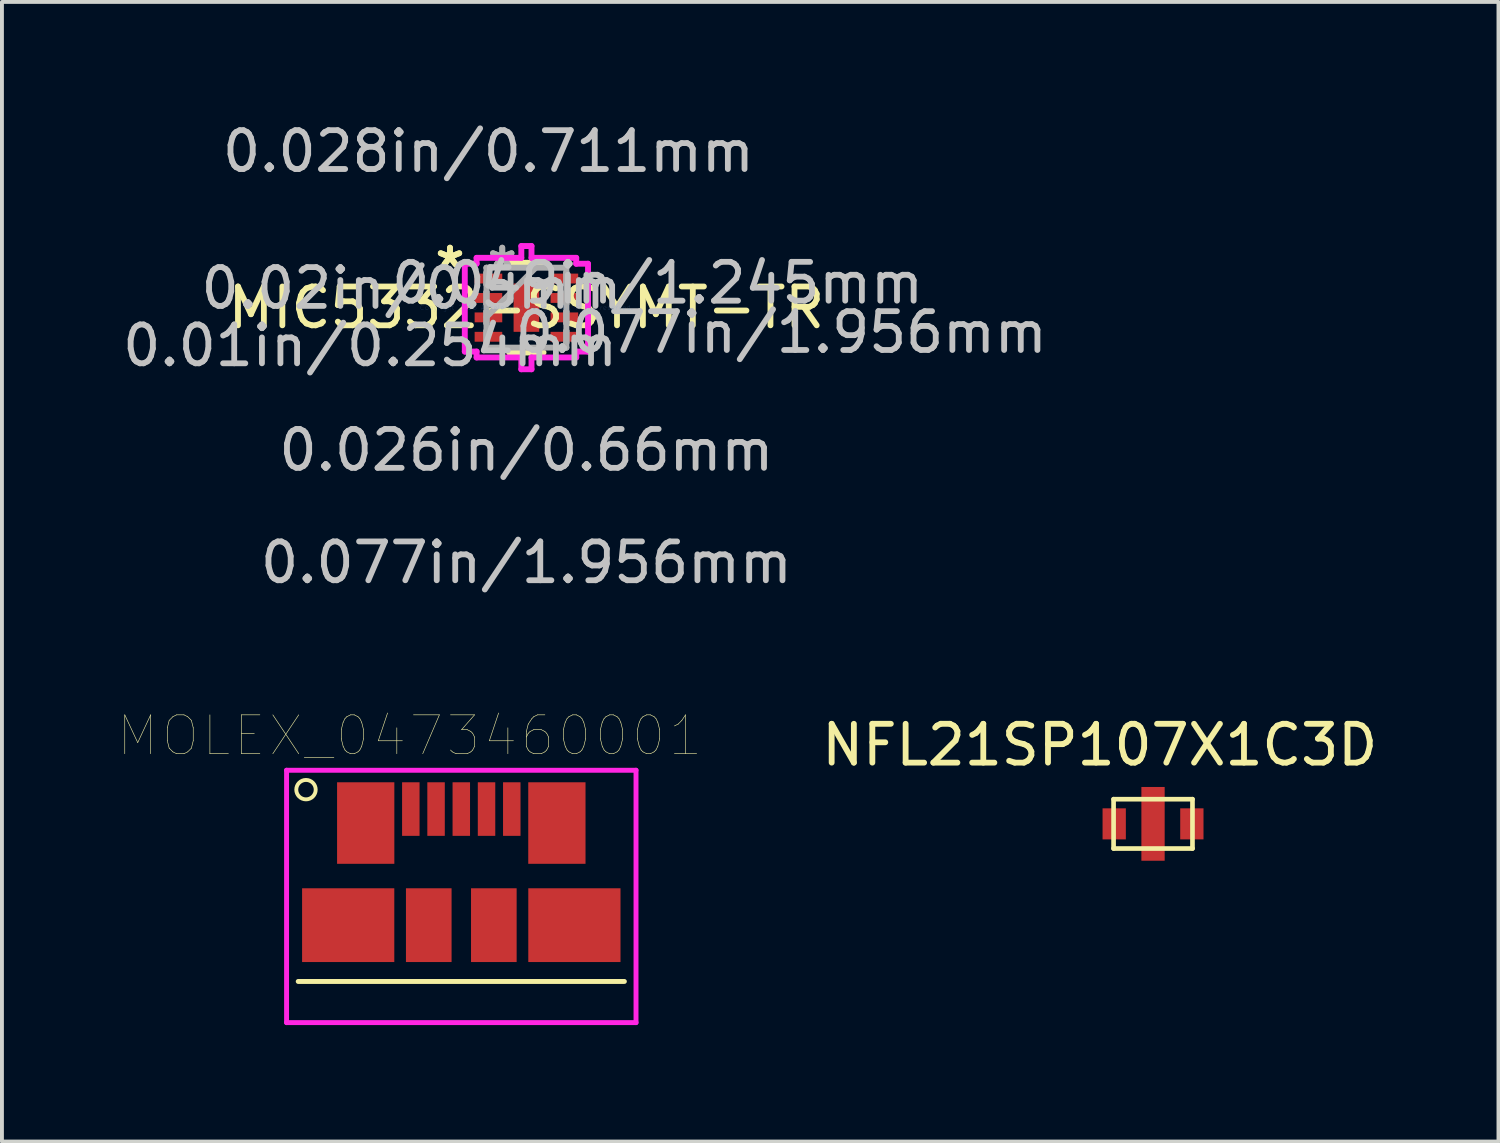
<source format=kicad_pcb>
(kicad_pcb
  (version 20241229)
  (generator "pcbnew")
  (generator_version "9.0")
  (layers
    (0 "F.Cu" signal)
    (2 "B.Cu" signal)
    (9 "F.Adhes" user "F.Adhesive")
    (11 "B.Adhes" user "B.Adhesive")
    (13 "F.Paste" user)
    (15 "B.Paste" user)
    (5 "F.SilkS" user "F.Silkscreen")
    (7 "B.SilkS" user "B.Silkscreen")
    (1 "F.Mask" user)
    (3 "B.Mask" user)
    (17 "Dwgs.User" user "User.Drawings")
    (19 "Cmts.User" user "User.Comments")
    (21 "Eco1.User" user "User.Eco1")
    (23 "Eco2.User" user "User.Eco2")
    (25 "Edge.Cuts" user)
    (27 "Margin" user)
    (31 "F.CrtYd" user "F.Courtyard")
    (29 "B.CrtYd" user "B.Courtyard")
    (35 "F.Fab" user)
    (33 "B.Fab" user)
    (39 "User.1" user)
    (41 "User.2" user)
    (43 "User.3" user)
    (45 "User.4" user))
  (footprint "MOLEX_0473460001"
    (layer "F.Cu")
    (at 8.831 17.788)
    (property "Reference" "MOLEX_0473460001" (at -1.327 -1.888 0) (layer "F.SilkS") (effects (font (size 1.001 1.001) (thickness 0.015))))
    (attr through_hole)
    (fp_line (start -4.2 4.44) (end 4.2 4.44) (stroke (width 0.127) (type solid)) (layer "F.SilkS"))
    (fp_circle (center -4 -0.5) (end -3.75 -0.5) (stroke (width 0.1) (type solid)) (fill no) (layer "F.SilkS"))
    (fp_line (start -4.5 -1) (end -4.5 5.5) (stroke (width 0.127) (type solid)) (layer "F.CrtYd"))
    (fp_line (start -4.5 5.5) (end 4.5 5.5) (stroke (width 0.127) (type solid)) (layer "F.CrtYd"))
    (fp_line (start 4.5 -1) (end -4.5 -1) (stroke (width 0.127) (type solid)) (layer "F.CrtYd"))
    (fp_line (start 4.5 5.5) (end 4.5 -1) (stroke (width 0.127) (type solid)) (layer "F.CrtYd"))
    (pad "1" smd rect (at -1.3 0) (size 0.45 1.38) (layers "F.Cu" "F.Mask" "F.Paste"))
    (pad "2" smd rect (at -0.65 0) (size 0.45 1.38) (layers "F.Cu" "F.Mask" "F.Paste"))
    (pad "3" smd rect (at 0 0) (size 0.45 1.38) (layers "F.Cu" "F.Mask" "F.Paste"))
    (pad "4" smd rect (at 0.65 0) (size 0.45 1.38) (layers "F.Cu" "F.Mask" "F.Paste"))
    (pad "5" smd rect (at 1.3 0) (size 0.45 1.38) (layers "F.Cu" "F.Mask" "F.Paste"))
    (pad "P1" smd rect (at -2.462 0.36) (size 1.475 2.1) (layers "F.Cu" "F.Mask" "F.Paste"))
    (pad "P2" smd rect (at 2.462 0.36) (size 1.475 2.1) (layers "F.Cu" "F.Mask" "F.Paste"))
    (pad "P3" smd rect (at -2.913 2.99) (size 2.375 1.9) (layers "F.Cu" "F.Mask" "F.Paste"))
    (pad "P4" smd rect (at -0.838 2.99) (size 1.175 1.9) (layers "F.Cu" "F.Mask" "F.Paste"))
    (pad "P5" smd rect (at 0.838 2.99) (size 1.175 1.9) (layers "F.Cu" "F.Mask" "F.Paste"))
    (pad "P6" smd rect (at 2.913 2.99) (size 2.375 1.9) (layers "F.Cu" "F.Mask" "F.Paste")))
  (footprint "NFL21SP107X1C3D"
    (layer "F.Cu")
    (at 26.647 18.169)
    (property "Reference" "NFL21SP107X1C3D" (at -1.372 -2.032 0) (layer "F.SilkS") (effects (font (size 1 1) (thickness 0.15))))
    (attr through_hole)
    (fp_line (start -1.016 -0.635) (end 1.016 -0.635) (stroke (width 0.12) (type solid)) (layer "F.SilkS"))
    (fp_line (start -1.016 0.635) (end -1.016 -0.635) (stroke (width 0.12) (type solid)) (layer "F.SilkS"))
    (fp_line (start 1.016 -0.635) (end 1.016 0.635) (stroke (width 0.12) (type solid)) (layer "F.SilkS"))
    (fp_line (start 1.016 0.635) (end -1.016 0.635) (stroke (width 0.12) (type solid)) (layer "F.SilkS"))
    (pad "1" smd rect (at -1 0) (size 0.6 0.8) (layers "F.Cu" "F.Mask" "F.Paste"))
    (pad "2" smd rect (at 0 0) (size 0.6 1.9) (layers "F.Cu" "F.Mask" "F.Paste"))
    (pad "3" smd rect (at 1 0) (size 0.6 0.8) (layers "F.Cu" "F.Mask" "F.Paste")))
  (footprint "MIC5332-SSYMT-TR"
    (layer "F.Cu")
    (at 10.508 4.874)
    (property "Reference" "MIC5332-SSYMT-TR" (at 0 0 0) (layer "F.SilkS") (effects (font (size 1 1) (thickness 0.15))))
    (attr through_hole)
    (fp_line (start -0.441 1.156) (end 0.441 1.156) (stroke (width 0.152) (type solid)) (layer "F.SilkS"))
    (fp_line (start 0.441 -1.156) (end -0.441 -1.156) (stroke (width 0.152) (type solid)) (layer "F.SilkS"))
    (fp_line (start -1.587 -1.131) (end -1.283 -1.131) (stroke (width 0.152) (type solid)) (layer "F.CrtYd"))
    (fp_line (start -1.587 1.131) (end -1.587 -1.131) (stroke (width 0.152) (type solid)) (layer "F.CrtYd"))
    (fp_line (start -1.283 -1.283) (end -0.131 -1.283) (stroke (width 0.152) (type solid)) (layer "F.CrtYd"))
    (fp_line (start -1.283 -1.131) (end -1.283 -1.283) (stroke (width 0.152) (type solid)) (layer "F.CrtYd"))
    (fp_line (start -1.283 1.131) (end -1.587 1.131) (stroke (width 0.152) (type solid)) (layer "F.CrtYd"))
    (fp_line (start -1.283 1.283) (end -1.283 1.131) (stroke (width 0.152) (type solid)) (layer "F.CrtYd"))
    (fp_line (start -0.131 -1.587) (end 0.131 -1.587) (stroke (width 0.152) (type solid)) (layer "F.CrtYd"))
    (fp_line (start -0.131 -1.283) (end -0.131 -1.587) (stroke (width 0.152) (type solid)) (layer "F.CrtYd"))
    (fp_line (start -0.131 1.283) (end -1.283 1.283) (stroke (width 0.152) (type solid)) (layer "F.CrtYd"))
    (fp_line (start -0.131 1.587) (end -0.131 1.283) (stroke (width 0.152) (type solid)) (layer "F.CrtYd"))
    (fp_line (start 0.131 -1.587) (end 0.131 -1.283) (stroke (width 0.152) (type solid)) (layer "F.CrtYd"))
    (fp_line (start 0.131 -1.283) (end 1.283 -1.283) (stroke (width 0.152) (type solid)) (layer "F.CrtYd"))
    (fp_line (start 0.131 1.283) (end 0.131 1.587) (stroke (width 0.152) (type solid)) (layer "F.CrtYd"))
    (fp_line (start 0.131 1.587) (end -0.131 1.587) (stroke (width 0.152) (type solid)) (layer "F.CrtYd"))
    (fp_line (start 1.283 -1.283) (end 1.283 -1.131) (stroke (width 0.152) (type solid)) (layer "F.CrtYd"))
    (fp_line (start 1.283 -1.131) (end 1.587 -1.131) (stroke (width 0.152) (type solid)) (layer "F.CrtYd"))
    (fp_line (start 1.283 1.131) (end 1.283 1.283) (stroke (width 0.152) (type solid)) (layer "F.CrtYd"))
    (fp_line (start 1.283 1.283) (end 0.131 1.283) (stroke (width 0.152) (type solid)) (layer "F.CrtYd"))
    (fp_line (start 1.587 -1.131) (end 1.587 1.131) (stroke (width 0.152) (type solid)) (layer "F.CrtYd"))
    (fp_line (start 1.587 1.131) (end 1.283 1.131) (stroke (width 0.152) (type solid)) (layer "F.CrtYd"))
    (fp_line (start -1.029 -1.029) (end -1.029 -1.029) (stroke (width 0.152) (type solid)) (layer "F.Fab"))
    (fp_line (start -1.029 -1.029) (end -1.029 1.029) (stroke (width 0.152) (type solid)) (layer "F.Fab"))
    (fp_line (start -1.029 -0.902) (end -1.029 -0.902) (stroke (width 0.152) (type solid)) (layer "F.Fab"))
    (fp_line (start -1.029 -0.902) (end -1.029 -0.598) (stroke (width 0.152) (type solid)) (layer "F.Fab"))
    (fp_line (start -1.029 -0.598) (end -1.029 -0.902) (stroke (width 0.152) (type solid)) (layer "F.Fab"))
    (fp_line (start -1.029 -0.598) (end -1.029 -0.598) (stroke (width 0.152) (type solid)) (layer "F.Fab"))
    (fp_line (start -1.029 -0.402) (end -1.029 -0.402) (stroke (width 0.152) (type solid)) (layer "F.Fab"))
    (fp_line (start -1.029 -0.402) (end -1.029 -0.098) (stroke (width 0.152) (type solid)) (layer "F.Fab"))
    (fp_line (start -1.029 -0.098) (end -1.029 -0.402) (stroke (width 0.152) (type solid)) (layer "F.Fab"))
    (fp_line (start -1.029 -0.098) (end -1.029 -0.098) (stroke (width 0.152) (type solid)) (layer "F.Fab"))
    (fp_line (start -1.029 0.098) (end -1.029 0.098) (stroke (width 0.152) (type solid)) (layer "F.Fab"))
    (fp_line (start -1.029 0.098) (end -1.029 0.402) (stroke (width 0.152) (type solid)) (layer "F.Fab"))
    (fp_line (start -1.029 0.241) (end 0.241 -1.029) (stroke (width 0.152) (type solid)) (layer "F.Fab"))
    (fp_line (start -1.029 0.402) (end -1.029 0.098) (stroke (width 0.152) (type solid)) (layer "F.Fab"))
    (fp_line (start -1.029 0.402) (end -1.029 0.402) (stroke (width 0.152) (type solid)) (layer "F.Fab"))
    (fp_line (start -1.029 0.598) (end -1.029 0.598) (stroke (width 0.152) (type solid)) (layer "F.Fab"))
    (fp_line (start -1.029 0.598) (end -1.029 0.902) (stroke (width 0.152) (type solid)) (layer "F.Fab"))
    (fp_line (start -1.029 0.902) (end -1.029 0.598) (stroke (width 0.152) (type solid)) (layer "F.Fab"))
    (fp_line (start -1.029 0.902) (end -1.029 0.902) (stroke (width 0.152) (type solid)) (layer "F.Fab"))
    (fp_line (start -1.029 1.029) (end -1.029 1.029) (stroke (width 0.152) (type solid)) (layer "F.Fab"))
    (fp_line (start -1.029 1.029) (end 1.029 1.029) (stroke (width 0.152) (type solid)) (layer "F.Fab"))
    (fp_line (start 1.029 -1.029) (end -1.029 -1.029) (stroke (width 0.152) (type solid)) (layer "F.Fab"))
    (fp_line (start 1.029 -1.029) (end 1.029 -1.029) (stroke (width 0.152) (type solid)) (layer "F.Fab"))
    (fp_line (start 1.029 -0.902) (end 1.029 -0.902) (stroke (width 0.152) (type solid)) (layer "F.Fab"))
    (fp_line (start 1.029 -0.902) (end 1.029 -0.598) (stroke (width 0.152) (type solid)) (layer "F.Fab"))
    (fp_line (start 1.029 -0.598) (end 1.029 -0.902) (stroke (width 0.152) (type solid)) (layer "F.Fab"))
    (fp_line (start 1.029 -0.598) (end 1.029 -0.598) (stroke (width 0.152) (type solid)) (layer "F.Fab"))
    (fp_line (start 1.029 -0.402) (end 1.029 -0.402) (stroke (width 0.152) (type solid)) (layer "F.Fab"))
    (fp_line (start 1.029 -0.402) (end 1.029 -0.098) (stroke (width 0.152) (type solid)) (layer "F.Fab"))
    (fp_line (start 1.029 -0.098) (end 1.029 -0.402) (stroke (width 0.152) (type solid)) (layer "F.Fab"))
    (fp_line (start 1.029 -0.098) (end 1.029 -0.098) (stroke (width 0.152) (type solid)) (layer "F.Fab"))
    (fp_line (start 1.029 0.098) (end 1.029 0.098) (stroke (width 0.152) (type solid)) (layer "F.Fab"))
    (fp_line (start 1.029 0.098) (end 1.029 0.402) (stroke (width 0.152) (type solid)) (layer "F.Fab"))
    (fp_line (start 1.029 0.402) (end 1.029 0.098) (stroke (width 0.152) (type solid)) (layer "F.Fab"))
    (fp_line (start 1.029 0.402) (end 1.029 0.402) (stroke (width 0.152) (type solid)) (layer "F.Fab"))
    (fp_line (start 1.029 0.598) (end 1.029 0.598) (stroke (width 0.152) (type solid)) (layer "F.Fab"))
    (fp_line (start 1.029 0.598) (end 1.029 0.902) (stroke (width 0.152) (type solid)) (layer "F.Fab"))
    (fp_line (start 1.029 0.902) (end 1.029 0.598) (stroke (width 0.152) (type solid)) (layer "F.Fab"))
    (fp_line (start 1.029 0.902) (end 1.029 0.902) (stroke (width 0.152) (type solid)) (layer "F.Fab"))
    (fp_line (start 1.029 1.029) (end 1.029 -1.029) (stroke (width 0.152) (type solid)) (layer "F.Fab"))
    (fp_line (start 1.029 1.029) (end 1.029 1.029) (stroke (width 0.152) (type solid)) (layer "F.Fab"))
    (fp_text user "*" (at -1.968 -1 0) (layer "F.SilkS") (effects (font (size 1 1) (thickness 0.15))))
    (fp_text user "*" (at -1.968 -1 0) (layer "F.SilkS") (effects (font (size 1 1) (thickness 0.15))))
    (fp_text user "0.077in/1.956mm" (at 6.566 0.635 0) (layer "Dwgs.User") (effects (font (size 1 1) (thickness 0.15))))
    (fp_text user "0.077in/1.956mm" (at 0 6.566 0) (layer "Dwgs.User") (effects (font (size 1 1) (thickness 0.15))))
    (fp_text user "0.02in/0.5mm" (at -2.959 -0.5 0) (layer "Dwgs.User") (effects (font (size 1 1) (thickness 0.15))))
    (fp_text user "0.026in/0.66mm" (at 0 3.67 0) (layer "Dwgs.User") (effects (font (size 1 1) (thickness 0.15))))
    (fp_text user "0.01in/0.254mm" (at -4.026 0.978 0) (layer "Dwgs.User") (effects (font (size 1 1) (thickness 0.15))))
    (fp_text user "0.028in/0.711mm" (at -0.978 -4.026 0) (layer "Dwgs.User") (effects (font (size 1 1) (thickness 0.15))))
    (fp_text user "0.049in/1.245mm" (at 3.378 -0.635 0) (layer "Dwgs.User") (effects (font (size 1 1) (thickness 0.15))))
    (fp_text user "Copyright 2016 Accelerated Designs. All rights reserved." (at 0 0 0) (layer "Cmts.User") (effects (font (size 0.127 0.127) (thickness 0.002))))
    (fp_text user "*" (at -0.622 -1 0) (layer "F.Fab") (effects (font (size 1 1) (thickness 0.15))))
    (fp_text user "*" (at -0.622 -1 0) (layer "F.Fab") (effects (font (size 1 1) (thickness 0.15))))
    (pad "1" smd rect (at -0.978 -0.75 90) (size 0.254 0.711) (layers "F.Cu" "F.Mask" "F.Paste"))
    (pad "2" smd rect (at -0.978 -0.25 90) (size 0.254 0.711) (layers "F.Cu" "F.Mask" "F.Paste"))
    (pad "3" smd rect (at -0.978 0.25 90) (size 0.254 0.711) (layers "F.Cu" "F.Mask" "F.Paste"))
    (pad "4" smd rect (at -0.978 0.75 90) (size 0.254 0.711) (layers "F.Cu" "F.Mask" "F.Paste"))
    (pad "5" smd rect (at 0.978 0.75 90) (size 0.254 0.711) (layers "F.Cu" "F.Mask" "F.Paste"))
    (pad "6" smd rect (at 0.978 0.25 90) (size 0.254 0.711) (layers "F.Cu" "F.Mask" "F.Paste"))
    (pad "7" smd rect (at 0.978 -0.25 90) (size 0.254 0.711) (layers "F.Cu" "F.Mask" "F.Paste"))
    (pad "8" smd rect (at 0.978 -0.75 90) (size 0.254 0.711) (layers "F.Cu" "F.Mask" "F.Paste"))
    (pad "9" smd rect (at 0 0) (size 0.66 1.245) (layers "F.Cu" "F.Mask" "F.Paste")))
  (gr_rect
    (start -3 -3)
    (end 35.544 26.351)
    (stroke (width 0.1) (type default))
    (fill no)
    (layer "Edge.Cuts")))
</source>
